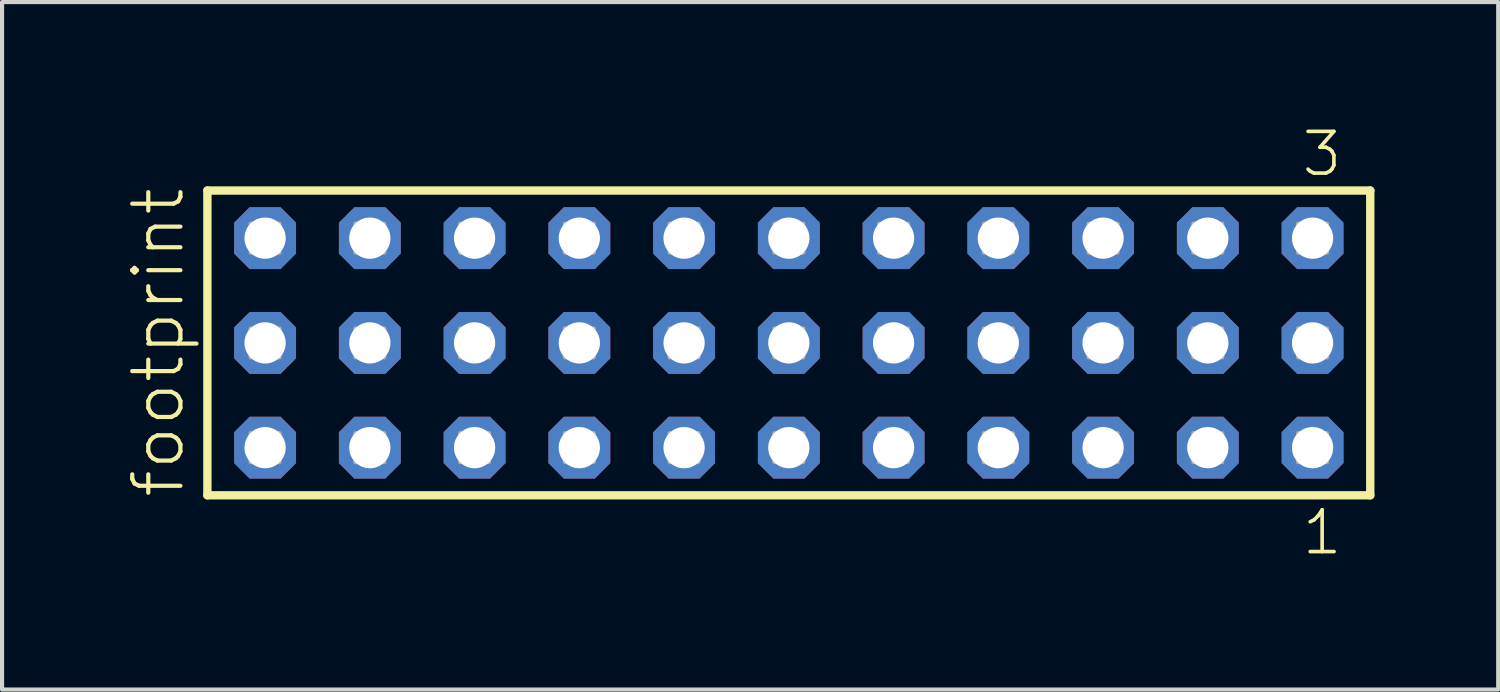
<source format=kicad_pcb>
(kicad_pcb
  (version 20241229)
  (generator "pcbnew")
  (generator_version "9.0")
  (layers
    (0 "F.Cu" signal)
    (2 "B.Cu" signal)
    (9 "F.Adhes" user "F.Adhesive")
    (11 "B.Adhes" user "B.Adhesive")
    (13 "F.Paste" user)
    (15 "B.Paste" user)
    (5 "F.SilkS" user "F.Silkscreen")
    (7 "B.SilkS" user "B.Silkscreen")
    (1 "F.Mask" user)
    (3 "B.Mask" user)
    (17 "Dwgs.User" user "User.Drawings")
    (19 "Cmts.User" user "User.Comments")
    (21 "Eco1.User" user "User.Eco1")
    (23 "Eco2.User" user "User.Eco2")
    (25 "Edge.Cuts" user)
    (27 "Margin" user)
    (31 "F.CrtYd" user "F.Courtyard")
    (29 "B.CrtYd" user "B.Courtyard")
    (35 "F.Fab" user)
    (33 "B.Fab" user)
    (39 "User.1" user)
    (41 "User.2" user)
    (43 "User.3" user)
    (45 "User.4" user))
  (footprint "footprint"
    (layer "F.Cu")
    (at 16.078 5.265)
    (property "Reference" "footprint" (at -14.605 3.81 90) (layer "F.SilkS") (effects (font (size 1.168 1.168) (thickness 0.102)) (justify left bottom)))
    (fp_line (start -14.099 -3.695) (end 14.099 -3.695) (stroke (width 0.203) (type solid)) (layer "F.SilkS"))
    (fp_line (start -14.099 3.695) (end -14.099 -3.695) (stroke (width 0.203) (type solid)) (layer "F.SilkS"))
    (fp_line (start 14.099 -3.695) (end 14.099 3.695) (stroke (width 0.203) (type solid)) (layer "F.SilkS"))
    (fp_line (start 14.099 3.695) (end -14.099 3.695) (stroke (width 0.203) (type solid)) (layer "F.SilkS"))
    (fp_poly (pts (xy -13.05 -2.19) (xy -12.35 -2.19) (xy -12.35 -2.89) (xy -13.05 -2.89)) (stroke (width 0.1) (type solid)) (fill no) (layer "F.Fab"))
    (fp_poly (pts (xy -13.05 0.35) (xy -12.35 0.35) (xy -12.35 -0.35) (xy -13.05 -0.35)) (stroke (width 0.1) (type solid)) (fill no) (layer "F.Fab"))
    (fp_poly (pts (xy -13.05 2.89) (xy -12.35 2.89) (xy -12.35 2.19) (xy -13.05 2.19)) (stroke (width 0.1) (type solid)) (fill no) (layer "F.Fab"))
    (fp_poly (pts (xy -10.51 -2.19) (xy -9.81 -2.19) (xy -9.81 -2.89) (xy -10.51 -2.89)) (stroke (width 0.1) (type solid)) (fill no) (layer "F.Fab"))
    (fp_poly (pts (xy -10.51 0.35) (xy -9.81 0.35) (xy -9.81 -0.35) (xy -10.51 -0.35)) (stroke (width 0.1) (type solid)) (fill no) (layer "F.Fab"))
    (fp_poly (pts (xy -10.51 2.89) (xy -9.81 2.89) (xy -9.81 2.19) (xy -10.51 2.19)) (stroke (width 0.1) (type solid)) (fill no) (layer "F.Fab"))
    (fp_poly (pts (xy -7.97 -2.19) (xy -7.27 -2.19) (xy -7.27 -2.89) (xy -7.97 -2.89)) (stroke (width 0.1) (type solid)) (fill no) (layer "F.Fab"))
    (fp_poly (pts (xy -7.97 0.35) (xy -7.27 0.35) (xy -7.27 -0.35) (xy -7.97 -0.35)) (stroke (width 0.1) (type solid)) (fill no) (layer "F.Fab"))
    (fp_poly (pts (xy -7.97 2.89) (xy -7.27 2.89) (xy -7.27 2.19) (xy -7.97 2.19)) (stroke (width 0.1) (type solid)) (fill no) (layer "F.Fab"))
    (fp_poly (pts (xy -5.43 -2.19) (xy -4.73 -2.19) (xy -4.73 -2.89) (xy -5.43 -2.89)) (stroke (width 0.1) (type solid)) (fill no) (layer "F.Fab"))
    (fp_poly (pts (xy -5.43 0.35) (xy -4.73 0.35) (xy -4.73 -0.35) (xy -5.43 -0.35)) (stroke (width 0.1) (type solid)) (fill no) (layer "F.Fab"))
    (fp_poly (pts (xy -5.43 2.89) (xy -4.73 2.89) (xy -4.73 2.19) (xy -5.43 2.19)) (stroke (width 0.1) (type solid)) (fill no) (layer "F.Fab"))
    (fp_poly (pts (xy -2.89 -2.19) (xy -2.19 -2.19) (xy -2.19 -2.89) (xy -2.89 -2.89)) (stroke (width 0.1) (type solid)) (fill no) (layer "F.Fab"))
    (fp_poly (pts (xy -2.89 0.35) (xy -2.19 0.35) (xy -2.19 -0.35) (xy -2.89 -0.35)) (stroke (width 0.1) (type solid)) (fill no) (layer "F.Fab"))
    (fp_poly (pts (xy -2.89 2.89) (xy -2.19 2.89) (xy -2.19 2.19) (xy -2.89 2.19)) (stroke (width 0.1) (type solid)) (fill no) (layer "F.Fab"))
    (fp_poly (pts (xy -0.35 -2.19) (xy 0.35 -2.19) (xy 0.35 -2.89) (xy -0.35 -2.89)) (stroke (width 0.1) (type solid)) (fill no) (layer "F.Fab"))
    (fp_poly (pts (xy -0.35 0.35) (xy 0.35 0.35) (xy 0.35 -0.35) (xy -0.35 -0.35)) (stroke (width 0.1) (type solid)) (fill no) (layer "F.Fab"))
    (fp_poly (pts (xy -0.35 2.89) (xy 0.35 2.89) (xy 0.35 2.19) (xy -0.35 2.19)) (stroke (width 0.1) (type solid)) (fill no) (layer "F.Fab"))
    (fp_poly (pts (xy 2.19 -2.19) (xy 2.89 -2.19) (xy 2.89 -2.89) (xy 2.19 -2.89)) (stroke (width 0.1) (type solid)) (fill no) (layer "F.Fab"))
    (fp_poly (pts (xy 2.19 0.35) (xy 2.89 0.35) (xy 2.89 -0.35) (xy 2.19 -0.35)) (stroke (width 0.1) (type solid)) (fill no) (layer "F.Fab"))
    (fp_poly (pts (xy 2.19 2.89) (xy 2.89 2.89) (xy 2.89 2.19) (xy 2.19 2.19)) (stroke (width 0.1) (type solid)) (fill no) (layer "F.Fab"))
    (fp_poly (pts (xy 4.73 -2.19) (xy 5.43 -2.19) (xy 5.43 -2.89) (xy 4.73 -2.89)) (stroke (width 0.1) (type solid)) (fill no) (layer "F.Fab"))
    (fp_poly (pts (xy 4.73 0.35) (xy 5.43 0.35) (xy 5.43 -0.35) (xy 4.73 -0.35)) (stroke (width 0.1) (type solid)) (fill no) (layer "F.Fab"))
    (fp_poly (pts (xy 4.73 2.89) (xy 5.43 2.89) (xy 5.43 2.19) (xy 4.73 2.19)) (stroke (width 0.1) (type solid)) (fill no) (layer "F.Fab"))
    (fp_poly (pts (xy 7.27 -2.19) (xy 7.97 -2.19) (xy 7.97 -2.89) (xy 7.27 -2.89)) (stroke (width 0.1) (type solid)) (fill no) (layer "F.Fab"))
    (fp_poly (pts (xy 7.27 0.35) (xy 7.97 0.35) (xy 7.97 -0.35) (xy 7.27 -0.35)) (stroke (width 0.1) (type solid)) (fill no) (layer "F.Fab"))
    (fp_poly (pts (xy 7.27 2.89) (xy 7.97 2.89) (xy 7.97 2.19) (xy 7.27 2.19)) (stroke (width 0.1) (type solid)) (fill no) (layer "F.Fab"))
    (fp_poly (pts (xy 9.81 -2.19) (xy 10.51 -2.19) (xy 10.51 -2.89) (xy 9.81 -2.89)) (stroke (width 0.1) (type solid)) (fill no) (layer "F.Fab"))
    (fp_poly (pts (xy 9.81 0.35) (xy 10.51 0.35) (xy 10.51 -0.35) (xy 9.81 -0.35)) (stroke (width 0.1) (type solid)) (fill no) (layer "F.Fab"))
    (fp_poly (pts (xy 9.81 2.89) (xy 10.51 2.89) (xy 10.51 2.19) (xy 9.81 2.19)) (stroke (width 0.1) (type solid)) (fill no) (layer "F.Fab"))
    (fp_poly (pts (xy 12.35 -2.19) (xy 13.05 -2.19) (xy 13.05 -2.89) (xy 12.35 -2.89)) (stroke (width 0.1) (type solid)) (fill no) (layer "F.Fab"))
    (fp_poly (pts (xy 12.35 0.35) (xy 13.05 0.35) (xy 13.05 -0.35) (xy 12.35 -0.35)) (stroke (width 0.1) (type solid)) (fill no) (layer "F.Fab"))
    (fp_poly (pts (xy 12.35 2.89) (xy 13.05 2.89) (xy 13.05 2.19) (xy 12.35 2.19)) (stroke (width 0.1) (type solid)) (fill no) (layer "F.Fab"))
    (fp_text user "1" (at 12.392 5.188 0) (layer "F.SilkS") (effects (font (size 1.012 1.012) (thickness 0.088)) (justify left bottom)))
    (fp_text user "3" (at 12.388 -3.989 0) (layer "F.SilkS") (effects (font (size 1.012 1.012) (thickness 0.088)) (justify left bottom)))
    (pad "1" thru_hole roundrect (at 12.7 2.54 180) (size 1.5 1.5) (drill 1) (layers "*.Cu" "*.Mask") (roundrect_rratio 0.25) (chamfer_ratio 0.25) (chamfer top_left top_right bottom_left bottom_right))
    (pad "2" thru_hole roundrect (at 12.7 0 180) (size 1.5 1.5) (drill 1) (layers "*.Cu" "*.Mask") (roundrect_rratio 0.25) (chamfer_ratio 0.25) (chamfer top_left top_right bottom_left bottom_right))
    (pad "3" thru_hole roundrect (at 12.7 -2.54 180) (size 1.5 1.5) (drill 1) (layers "*.Cu" "*.Mask") (roundrect_rratio 0.25) (chamfer_ratio 0.25) (chamfer top_left top_right bottom_left bottom_right))
    (pad "4" thru_hole roundrect (at 10.16 2.54 180) (size 1.5 1.5) (drill 1) (layers "*.Cu" "*.Mask") (roundrect_rratio 0.25) (chamfer_ratio 0.25) (chamfer top_left top_right bottom_left bottom_right))
    (pad "5" thru_hole roundrect (at 10.16 0 180) (size 1.5 1.5) (drill 1) (layers "*.Cu" "*.Mask") (roundrect_rratio 0.25) (chamfer_ratio 0.25) (chamfer top_left top_right bottom_left bottom_right))
    (pad "6" thru_hole roundrect (at 10.16 -2.54 180) (size 1.5 1.5) (drill 1) (layers "*.Cu" "*.Mask") (roundrect_rratio 0.25) (chamfer_ratio 0.25) (chamfer top_left top_right bottom_left bottom_right))
    (pad "7" thru_hole roundrect (at 7.62 2.54 180) (size 1.5 1.5) (drill 1) (layers "*.Cu" "*.Mask") (roundrect_rratio 0.25) (chamfer_ratio 0.25) (chamfer top_left top_right bottom_left bottom_right))
    (pad "8" thru_hole roundrect (at 7.62 0 180) (size 1.5 1.5) (drill 1) (layers "*.Cu" "*.Mask") (roundrect_rratio 0.25) (chamfer_ratio 0.25) (chamfer top_left top_right bottom_left bottom_right))
    (pad "9" thru_hole roundrect (at 7.62 -2.54 180) (size 1.5 1.5) (drill 1) (layers "*.Cu" "*.Mask") (roundrect_rratio 0.25) (chamfer_ratio 0.25) (chamfer top_left top_right bottom_left bottom_right))
    (pad "10" thru_hole roundrect (at 5.08 2.54 180) (size 1.5 1.5) (drill 1) (layers "*.Cu" "*.Mask") (roundrect_rratio 0.25) (chamfer_ratio 0.25) (chamfer top_left top_right bottom_left bottom_right))
    (pad "11" thru_hole roundrect (at 5.08 0 180) (size 1.5 1.5) (drill 1) (layers "*.Cu" "*.Mask") (roundrect_rratio 0.25) (chamfer_ratio 0.25) (chamfer top_left top_right bottom_left bottom_right))
    (pad "12" thru_hole roundrect (at 5.08 -2.54 180) (size 1.5 1.5) (drill 1) (layers "*.Cu" "*.Mask") (roundrect_rratio 0.25) (chamfer_ratio 0.25) (chamfer top_left top_right bottom_left bottom_right))
    (pad "13" thru_hole roundrect (at 2.54 2.54 180) (size 1.5 1.5) (drill 1) (layers "*.Cu" "*.Mask") (roundrect_rratio 0.25) (chamfer_ratio 0.25) (chamfer top_left top_right bottom_left bottom_right))
    (pad "14" thru_hole roundrect (at 2.54 0 180) (size 1.5 1.5) (drill 1) (layers "*.Cu" "*.Mask") (roundrect_rratio 0.25) (chamfer_ratio 0.25) (chamfer top_left top_right bottom_left bottom_right))
    (pad "15" thru_hole roundrect (at 2.54 -2.54 180) (size 1.5 1.5) (drill 1) (layers "*.Cu" "*.Mask") (roundrect_rratio 0.25) (chamfer_ratio 0.25) (chamfer top_left top_right bottom_left bottom_right))
    (pad "16" thru_hole roundrect (at 0 2.54 180) (size 1.5 1.5) (drill 1) (layers "*.Cu" "*.Mask") (roundrect_rratio 0.25) (chamfer_ratio 0.25) (chamfer top_left top_right bottom_left bottom_right))
    (pad "17" thru_hole roundrect (at 0 0 180) (size 1.5 1.5) (drill 1) (layers "*.Cu" "*.Mask") (roundrect_rratio 0.25) (chamfer_ratio 0.25) (chamfer top_left top_right bottom_left bottom_right))
    (pad "18" thru_hole roundrect (at 0 -2.54 180) (size 1.5 1.5) (drill 1) (layers "*.Cu" "*.Mask") (roundrect_rratio 0.25) (chamfer_ratio 0.25) (chamfer top_left top_right bottom_left bottom_right))
    (pad "19" thru_hole roundrect (at -2.54 2.54 180) (size 1.5 1.5) (drill 1) (layers "*.Cu" "*.Mask") (roundrect_rratio 0.25) (chamfer_ratio 0.25) (chamfer top_left top_right bottom_left bottom_right))
    (pad "20" thru_hole roundrect (at -2.54 0 180) (size 1.5 1.5) (drill 1) (layers "*.Cu" "*.Mask") (roundrect_rratio 0.25) (chamfer_ratio 0.25) (chamfer top_left top_right bottom_left bottom_right))
    (pad "21" thru_hole roundrect (at -2.54 -2.54 180) (size 1.5 1.5) (drill 1) (layers "*.Cu" "*.Mask") (roundrect_rratio 0.25) (chamfer_ratio 0.25) (chamfer top_left top_right bottom_left bottom_right))
    (pad "22" thru_hole roundrect (at -5.08 2.54 180) (size 1.5 1.5) (drill 1) (layers "*.Cu" "*.Mask") (roundrect_rratio 0.25) (chamfer_ratio 0.25) (chamfer top_left top_right bottom_left bottom_right))
    (pad "23" thru_hole roundrect (at -5.08 0 180) (size 1.5 1.5) (drill 1) (layers "*.Cu" "*.Mask") (roundrect_rratio 0.25) (chamfer_ratio 0.25) (chamfer top_left top_right bottom_left bottom_right))
    (pad "24" thru_hole roundrect (at -5.08 -2.54 180) (size 1.5 1.5) (drill 1) (layers "*.Cu" "*.Mask") (roundrect_rratio 0.25) (chamfer_ratio 0.25) (chamfer top_left top_right bottom_left bottom_right))
    (pad "25" thru_hole roundrect (at -7.62 2.54 180) (size 1.5 1.5) (drill 1) (layers "*.Cu" "*.Mask") (roundrect_rratio 0.25) (chamfer_ratio 0.25) (chamfer top_left top_right bottom_left bottom_right))
    (pad "26" thru_hole roundrect (at -7.62 0 180) (size 1.5 1.5) (drill 1) (layers "*.Cu" "*.Mask") (roundrect_rratio 0.25) (chamfer_ratio 0.25) (chamfer top_left top_right bottom_left bottom_right))
    (pad "27" thru_hole roundrect (at -7.62 -2.54 180) (size 1.5 1.5) (drill 1) (layers "*.Cu" "*.Mask") (roundrect_rratio 0.25) (chamfer_ratio 0.25) (chamfer top_left top_right bottom_left bottom_right))
    (pad "28" thru_hole roundrect (at -10.16 2.54 180) (size 1.5 1.5) (drill 1) (layers "*.Cu" "*.Mask") (roundrect_rratio 0.25) (chamfer_ratio 0.25) (chamfer top_left top_right bottom_left bottom_right))
    (pad "29" thru_hole roundrect (at -10.16 0 180) (size 1.5 1.5) (drill 1) (layers "*.Cu" "*.Mask") (roundrect_rratio 0.25) (chamfer_ratio 0.25) (chamfer top_left top_right bottom_left bottom_right))
    (pad "30" thru_hole roundrect (at -10.16 -2.54 180) (size 1.5 1.5) (drill 1) (layers "*.Cu" "*.Mask") (roundrect_rratio 0.25) (chamfer_ratio 0.25) (chamfer top_left top_right bottom_left bottom_right))
    (pad "31" thru_hole roundrect (at -12.7 2.54 180) (size 1.5 1.5) (drill 1) (layers "*.Cu" "*.Mask") (roundrect_rratio 0.25) (chamfer_ratio 0.25) (chamfer top_left top_right bottom_left bottom_right))
    (pad "32" thru_hole roundrect (at -12.7 0 180) (size 1.5 1.5) (drill 1) (layers "*.Cu" "*.Mask") (roundrect_rratio 0.25) (chamfer_ratio 0.25) (chamfer top_left top_right bottom_left bottom_right))
    (pad "33" thru_hole roundrect (at -12.7 -2.54 180) (size 1.5 1.5) (drill 1) (layers "*.Cu" "*.Mask") (roundrect_rratio 0.25) (chamfer_ratio 0.25) (chamfer top_left top_right bottom_left bottom_right)))
  (gr_rect
    (start -3 -3)
    (end 33.279 13.67)
    (stroke (width 0.1) (type default))
    (fill no)
    (layer "Edge.Cuts")))
</source>
